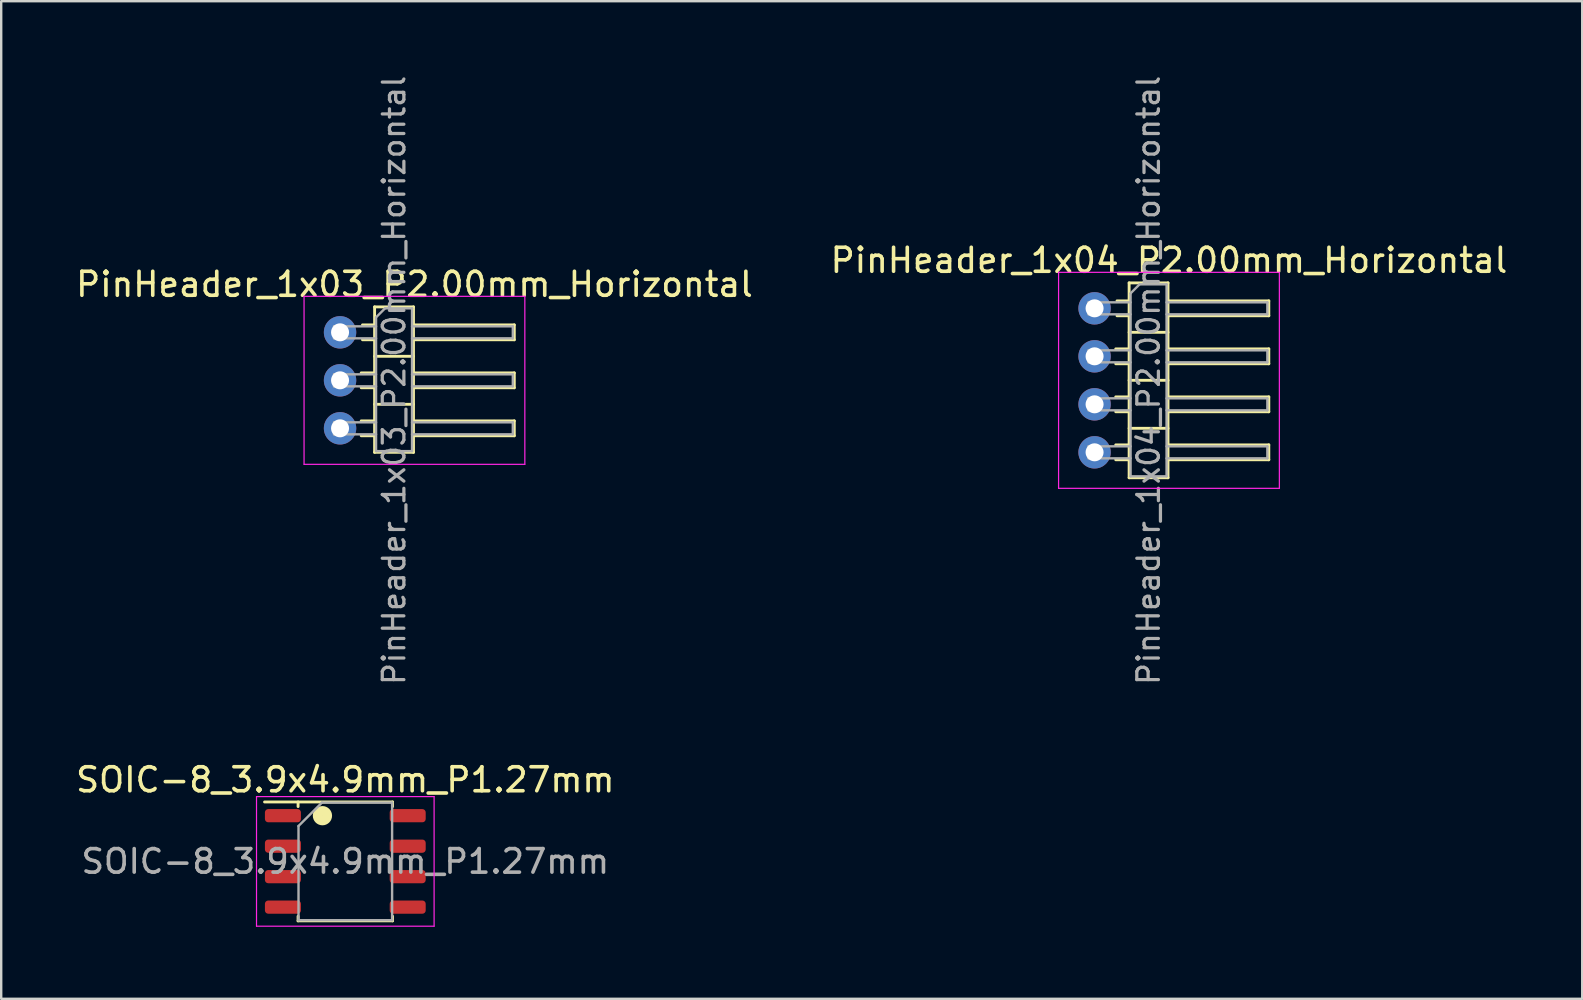
<source format=kicad_pcb>
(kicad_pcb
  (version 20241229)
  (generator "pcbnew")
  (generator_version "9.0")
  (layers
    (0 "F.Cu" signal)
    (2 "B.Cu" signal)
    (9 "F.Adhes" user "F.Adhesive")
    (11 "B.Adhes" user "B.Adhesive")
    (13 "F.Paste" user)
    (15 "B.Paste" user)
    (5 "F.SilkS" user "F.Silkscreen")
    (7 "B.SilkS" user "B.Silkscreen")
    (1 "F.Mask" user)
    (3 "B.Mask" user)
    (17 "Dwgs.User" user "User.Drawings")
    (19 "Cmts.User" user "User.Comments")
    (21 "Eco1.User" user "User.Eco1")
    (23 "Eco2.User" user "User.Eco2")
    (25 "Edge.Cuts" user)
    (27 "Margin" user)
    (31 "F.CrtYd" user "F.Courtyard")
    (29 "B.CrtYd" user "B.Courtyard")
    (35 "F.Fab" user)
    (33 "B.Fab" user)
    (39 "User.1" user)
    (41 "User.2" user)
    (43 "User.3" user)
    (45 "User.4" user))
  (footprint "PinHeader_1x04_P2.00mm_Horizontal"
    (layer "F.Cu")
    (at 42.561 9.798)
    (property "Reference" "PinHeader_1x04_P2.00mm_Horizontal" (at 3.1 -2 0) (layer "F.SilkS") (effects (font (size 1 1) (thickness 0.15))))
    (attr through_hole)
    (fp_line (start 0.882 1.69) (end 1.44 1.69) (stroke (width 0.12) (type solid)) (layer "F.SilkS"))
    (fp_line (start 0.882 2.31) (end 1.44 2.31) (stroke (width 0.12) (type solid)) (layer "F.SilkS"))
    (fp_line (start 0.882 3.69) (end 1.44 3.69) (stroke (width 0.12) (type solid)) (layer "F.SilkS"))
    (fp_line (start 0.882 4.31) (end 1.44 4.31) (stroke (width 0.12) (type solid)) (layer "F.SilkS"))
    (fp_line (start 0.882 5.69) (end 1.44 5.69) (stroke (width 0.12) (type solid)) (layer "F.SilkS"))
    (fp_line (start 0.882 6.31) (end 1.44 6.31) (stroke (width 0.12) (type solid)) (layer "F.SilkS"))
    (fp_line (start 0.935 -0.31) (end 1.44 -0.31) (stroke (width 0.12) (type solid)) (layer "F.SilkS"))
    (fp_line (start 0.935 0.31) (end 1.44 0.31) (stroke (width 0.12) (type solid)) (layer "F.SilkS"))
    (fp_line (start 1.44 -1.06) (end 1.44 7.06) (stroke (width 0.12) (type solid)) (layer "F.SilkS"))
    (fp_line (start 1.44 1) (end 3.06 1) (stroke (width 0.12) (type solid)) (layer "F.SilkS"))
    (fp_line (start 1.44 3) (end 3.06 3) (stroke (width 0.12) (type solid)) (layer "F.SilkS"))
    (fp_line (start 1.44 5) (end 3.06 5) (stroke (width 0.12) (type solid)) (layer "F.SilkS"))
    (fp_line (start 1.44 7.06) (end 3.06 7.06) (stroke (width 0.12) (type solid)) (layer "F.SilkS"))
    (fp_line (start 3.06 -1.06) (end 1.44 -1.06) (stroke (width 0.12) (type solid)) (layer "F.SilkS"))
    (fp_line (start 3.06 -0.31) (end 7.26 -0.31) (stroke (width 0.12) (type solid)) (layer "F.SilkS"))
    (fp_line (start 3.06 1.69) (end 7.26 1.69) (stroke (width 0.12) (type solid)) (layer "F.SilkS"))
    (fp_line (start 3.06 3.69) (end 7.26 3.69) (stroke (width 0.12) (type solid)) (layer "F.SilkS"))
    (fp_line (start 3.06 5.69) (end 7.26 5.69) (stroke (width 0.12) (type solid)) (layer "F.SilkS"))
    (fp_line (start 3.06 7.06) (end 3.06 -1.06) (stroke (width 0.12) (type solid)) (layer "F.SilkS"))
    (fp_line (start 7.26 -0.31) (end 7.26 0.31) (stroke (width 0.12) (type solid)) (layer "F.SilkS"))
    (fp_line (start 7.26 0.31) (end 3.06 0.31) (stroke (width 0.12) (type solid)) (layer "F.SilkS"))
    (fp_line (start 7.26 1.69) (end 7.26 2.31) (stroke (width 0.12) (type solid)) (layer "F.SilkS"))
    (fp_line (start 7.26 2.31) (end 3.06 2.31) (stroke (width 0.12) (type solid)) (layer "F.SilkS"))
    (fp_line (start 7.26 3.69) (end 7.26 4.31) (stroke (width 0.12) (type solid)) (layer "F.SilkS"))
    (fp_line (start 7.26 4.31) (end 3.06 4.31) (stroke (width 0.12) (type solid)) (layer "F.SilkS"))
    (fp_line (start 7.26 5.69) (end 7.26 6.31) (stroke (width 0.12) (type solid)) (layer "F.SilkS"))
    (fp_line (start 7.26 6.31) (end 3.06 6.31) (stroke (width 0.12) (type solid)) (layer "F.SilkS"))
    (fp_line (start -1.5 -1.5) (end -1.5 7.5) (stroke (width 0.05) (type solid)) (layer "F.CrtYd"))
    (fp_line (start -1.5 7.5) (end 7.7 7.5) (stroke (width 0.05) (type solid)) (layer "F.CrtYd"))
    (fp_line (start 7.7 -1.5) (end -1.5 -1.5) (stroke (width 0.05) (type solid)) (layer "F.CrtYd"))
    (fp_line (start 7.7 7.5) (end 7.7 -1.5) (stroke (width 0.05) (type solid)) (layer "F.CrtYd"))
    (fp_line (start -0.25 -0.25) (end -0.25 0.25) (stroke (width 0.1) (type solid)) (layer "F.Fab"))
    (fp_line (start -0.25 -0.25) (end 1.5 -0.25) (stroke (width 0.1) (type solid)) (layer "F.Fab"))
    (fp_line (start -0.25 0.25) (end 1.5 0.25) (stroke (width 0.1) (type solid)) (layer "F.Fab"))
    (fp_line (start -0.25 1.75) (end -0.25 2.25) (stroke (width 0.1) (type solid)) (layer "F.Fab"))
    (fp_line (start -0.25 1.75) (end 1.5 1.75) (stroke (width 0.1) (type solid)) (layer "F.Fab"))
    (fp_line (start -0.25 2.25) (end 1.5 2.25) (stroke (width 0.1) (type solid)) (layer "F.Fab"))
    (fp_line (start -0.25 3.75) (end -0.25 4.25) (stroke (width 0.1) (type solid)) (layer "F.Fab"))
    (fp_line (start -0.25 3.75) (end 1.5 3.75) (stroke (width 0.1) (type solid)) (layer "F.Fab"))
    (fp_line (start -0.25 4.25) (end 1.5 4.25) (stroke (width 0.1) (type solid)) (layer "F.Fab"))
    (fp_line (start -0.25 5.75) (end -0.25 6.25) (stroke (width 0.1) (type solid)) (layer "F.Fab"))
    (fp_line (start -0.25 5.75) (end 1.5 5.75) (stroke (width 0.1) (type solid)) (layer "F.Fab"))
    (fp_line (start -0.25 6.25) (end 1.5 6.25) (stroke (width 0.1) (type solid)) (layer "F.Fab"))
    (fp_line (start 1.5 -0.625) (end 1.875 -1) (stroke (width 0.1) (type solid)) (layer "F.Fab"))
    (fp_line (start 1.5 7) (end 1.5 -0.625) (stroke (width 0.1) (type solid)) (layer "F.Fab"))
    (fp_line (start 1.875 -1) (end 3 -1) (stroke (width 0.1) (type solid)) (layer "F.Fab"))
    (fp_line (start 3 -1) (end 3 7) (stroke (width 0.1) (type solid)) (layer "F.Fab"))
    (fp_line (start 3 -0.25) (end 7.2 -0.25) (stroke (width 0.1) (type solid)) (layer "F.Fab"))
    (fp_line (start 3 0.25) (end 7.2 0.25) (stroke (width 0.1) (type solid)) (layer "F.Fab"))
    (fp_line (start 3 1.75) (end 7.2 1.75) (stroke (width 0.1) (type solid)) (layer "F.Fab"))
    (fp_line (start 3 2.25) (end 7.2 2.25) (stroke (width 0.1) (type solid)) (layer "F.Fab"))
    (fp_line (start 3 3.75) (end 7.2 3.75) (stroke (width 0.1) (type solid)) (layer "F.Fab"))
    (fp_line (start 3 4.25) (end 7.2 4.25) (stroke (width 0.1) (type solid)) (layer "F.Fab"))
    (fp_line (start 3 5.75) (end 7.2 5.75) (stroke (width 0.1) (type solid)) (layer "F.Fab"))
    (fp_line (start 3 6.25) (end 7.2 6.25) (stroke (width 0.1) (type solid)) (layer "F.Fab"))
    (fp_line (start 3 7) (end 1.5 7) (stroke (width 0.1) (type solid)) (layer "F.Fab"))
    (fp_line (start 7.2 -0.25) (end 7.2 0.25) (stroke (width 0.1) (type solid)) (layer "F.Fab"))
    (fp_line (start 7.2 1.75) (end 7.2 2.25) (stroke (width 0.1) (type solid)) (layer "F.Fab"))
    (fp_line (start 7.2 3.75) (end 7.2 4.25) (stroke (width 0.1) (type solid)) (layer "F.Fab"))
    (fp_line (start 7.2 5.75) (end 7.2 6.25) (stroke (width 0.1) (type solid)) (layer "F.Fab"))
    (fp_text user "${REFERENCE}" (at 2.25 3 90) (layer "F.Fab") (effects (font (size 0.9 0.9) (thickness 0.135))))
    (pad "1" thru_hole circle (at 0 0) (size 1.35 1.35) (drill 0.75) (layers "*.Cu" "*.Mask"))
    (pad "2" thru_hole circle (at 0 2) (size 1.35 1.35) (drill 0.75) (layers "*.Cu" "*.Mask"))
    (pad "3" thru_hole circle (at 0 4) (size 1.35 1.35) (drill 0.75) (layers "*.Cu" "*.Mask"))
    (pad "4" thru_hole circle (at 0 6) (size 1.35 1.35) (drill 0.75) (layers "*.Cu" "*.Mask")))
  (footprint "PinHeader_1x03_P2.00mm_Horizontal"
    (layer "F.Cu")
    (at 11.12 10.798)
    (property "Reference" "PinHeader_1x03_P2.00mm_Horizontal" (at 3.1 -2 0) (layer "F.SilkS") (effects (font (size 1 1) (thickness 0.15))))
    (attr through_hole)
    (fp_line (start 0.882 1.69) (end 1.44 1.69) (stroke (width 0.12) (type solid)) (layer "F.SilkS"))
    (fp_line (start 0.882 2.31) (end 1.44 2.31) (stroke (width 0.12) (type solid)) (layer "F.SilkS"))
    (fp_line (start 0.882 3.69) (end 1.44 3.69) (stroke (width 0.12) (type solid)) (layer "F.SilkS"))
    (fp_line (start 0.882 4.31) (end 1.44 4.31) (stroke (width 0.12) (type solid)) (layer "F.SilkS"))
    (fp_line (start 0.935 -0.31) (end 1.44 -0.31) (stroke (width 0.12) (type solid)) (layer "F.SilkS"))
    (fp_line (start 0.935 0.31) (end 1.44 0.31) (stroke (width 0.12) (type solid)) (layer "F.SilkS"))
    (fp_line (start 1.44 -1.06) (end 1.44 5) (stroke (width 0.12) (type solid)) (layer "F.SilkS"))
    (fp_line (start 1.44 1) (end 3.06 1) (stroke (width 0.12) (type solid)) (layer "F.SilkS"))
    (fp_line (start 1.44 3) (end 3.06 3) (stroke (width 0.12) (type solid)) (layer "F.SilkS"))
    (fp_line (start 1.44 5) (end 3.06 5) (stroke (width 0.12) (type solid)) (layer "F.SilkS"))
    (fp_line (start 3.06 -1.06) (end 1.44 -1.06) (stroke (width 0.12) (type solid)) (layer "F.SilkS"))
    (fp_line (start 3.06 -0.31) (end 7.26 -0.31) (stroke (width 0.12) (type solid)) (layer "F.SilkS"))
    (fp_line (start 3.06 1.69) (end 7.26 1.69) (stroke (width 0.12) (type solid)) (layer "F.SilkS"))
    (fp_line (start 3.06 3.69) (end 7.26 3.69) (stroke (width 0.12) (type solid)) (layer "F.SilkS"))
    (fp_line (start 3.06 5) (end 3.06 -1.06) (stroke (width 0.12) (type solid)) (layer "F.SilkS"))
    (fp_line (start 7.26 -0.31) (end 7.26 0.31) (stroke (width 0.12) (type solid)) (layer "F.SilkS"))
    (fp_line (start 7.26 0.31) (end 3.06 0.31) (stroke (width 0.12) (type solid)) (layer "F.SilkS"))
    (fp_line (start 7.26 1.69) (end 7.26 2.31) (stroke (width 0.12) (type solid)) (layer "F.SilkS"))
    (fp_line (start 7.26 2.31) (end 3.06 2.31) (stroke (width 0.12) (type solid)) (layer "F.SilkS"))
    (fp_line (start 7.26 3.69) (end 7.26 4.31) (stroke (width 0.12) (type solid)) (layer "F.SilkS"))
    (fp_line (start 7.26 4.31) (end 3.06 4.31) (stroke (width 0.12) (type solid)) (layer "F.SilkS"))
    (fp_line (start -1.5 -1.5) (end -1.5 5.5) (stroke (width 0.05) (type solid)) (layer "F.CrtYd"))
    (fp_line (start -1.5 5.5) (end 7.7 5.5) (stroke (width 0.05) (type solid)) (layer "F.CrtYd"))
    (fp_line (start 7.7 -1.5) (end -1.5 -1.5) (stroke (width 0.05) (type solid)) (layer "F.CrtYd"))
    (fp_line (start 7.7 5.5) (end 7.7 -1.5) (stroke (width 0.05) (type solid)) (layer "F.CrtYd"))
    (fp_line (start -0.25 -0.25) (end -0.25 0.25) (stroke (width 0.1) (type solid)) (layer "F.Fab"))
    (fp_line (start -0.25 -0.25) (end 1.5 -0.25) (stroke (width 0.1) (type solid)) (layer "F.Fab"))
    (fp_line (start -0.25 0.25) (end 1.5 0.25) (stroke (width 0.1) (type solid)) (layer "F.Fab"))
    (fp_line (start -0.25 1.75) (end -0.25 2.25) (stroke (width 0.1) (type solid)) (layer "F.Fab"))
    (fp_line (start -0.25 1.75) (end 1.5 1.75) (stroke (width 0.1) (type solid)) (layer "F.Fab"))
    (fp_line (start -0.25 2.25) (end 1.5 2.25) (stroke (width 0.1) (type solid)) (layer "F.Fab"))
    (fp_line (start -0.25 3.75) (end -0.25 4.25) (stroke (width 0.1) (type solid)) (layer "F.Fab"))
    (fp_line (start -0.25 3.75) (end 1.5 3.75) (stroke (width 0.1) (type solid)) (layer "F.Fab"))
    (fp_line (start -0.25 4.25) (end 1.5 4.25) (stroke (width 0.1) (type solid)) (layer "F.Fab"))
    (fp_line (start 1.5 -0.625) (end 1.875 -1) (stroke (width 0.1) (type solid)) (layer "F.Fab"))
    (fp_line (start 1.5 4.95) (end 1.5 -0.625) (stroke (width 0.1) (type solid)) (layer "F.Fab"))
    (fp_line (start 1.875 -1) (end 3 -1) (stroke (width 0.1) (type solid)) (layer "F.Fab"))
    (fp_line (start 3 -1) (end 3 4.95) (stroke (width 0.1) (type solid)) (layer "F.Fab"))
    (fp_line (start 3 -0.25) (end 7.2 -0.25) (stroke (width 0.1) (type solid)) (layer "F.Fab"))
    (fp_line (start 3 0.25) (end 7.2 0.25) (stroke (width 0.1) (type solid)) (layer "F.Fab"))
    (fp_line (start 3 1.75) (end 7.2 1.75) (stroke (width 0.1) (type solid)) (layer "F.Fab"))
    (fp_line (start 3 2.25) (end 7.2 2.25) (stroke (width 0.1) (type solid)) (layer "F.Fab"))
    (fp_line (start 3 3.75) (end 7.2 3.75) (stroke (width 0.1) (type solid)) (layer "F.Fab"))
    (fp_line (start 3 4.25) (end 7.2 4.25) (stroke (width 0.1) (type solid)) (layer "F.Fab"))
    (fp_line (start 3 4.95) (end 1.5 4.95) (stroke (width 0.1) (type solid)) (layer "F.Fab"))
    (fp_line (start 7.2 -0.25) (end 7.2 0.25) (stroke (width 0.1) (type solid)) (layer "F.Fab"))
    (fp_line (start 7.2 1.75) (end 7.2 2.25) (stroke (width 0.1) (type solid)) (layer "F.Fab"))
    (fp_line (start 7.2 3.75) (end 7.2 4.25) (stroke (width 0.1) (type solid)) (layer "F.Fab"))
    (fp_text user "${REFERENCE}" (at 2.25 2 90) (layer "F.Fab") (effects (font (size 0.9 0.9) (thickness 0.135))))
    (pad "1" thru_hole circle (at 0 0) (size 1.35 1.35) (drill 0.75) (layers "*.Cu" "*.Mask"))
    (pad "2" thru_hole circle (at 0 2) (size 1.35 1.35) (drill 0.75) (layers "*.Cu" "*.Mask"))
    (pad "3" thru_hole circle (at 0 4) (size 1.35 1.35) (drill 0.75) (layers "*.Cu" "*.Mask")))
  (footprint "SOIC-8_3.9x4.9mm_P1.27mm"
    (layer "F.Cu")
    (at 11.339 32.845)
    (property "Reference" "SOIC-8_3.9x4.9mm_P1.27mm" (at 0 -3.4 0) (layer "F.SilkS") (effects (font (size 1 1) (thickness 0.15))))
    (attr smd)
    (fp_line (start -1.968 -2.286) (end -1.968 -2.477) (stroke (width 0.12) (type solid)) (layer "F.SilkS"))
    (fp_line (start -1.968 2.477) (end -1.968 2.286) (stroke (width 0.12) (type solid)) (layer "F.SilkS"))
    (fp_line (start 1.968 -2.477) (end -3.365 -2.477) (stroke (width 0.12) (type solid)) (layer "F.SilkS"))
    (fp_line (start 1.968 -2.286) (end 1.968 -2.477) (stroke (width 0.12) (type solid)) (layer "F.SilkS"))
    (fp_line (start 1.968 2.477) (end -1.968 2.477) (stroke (width 0.12) (type solid)) (layer "F.SilkS"))
    (fp_line (start 1.968 2.477) (end 1.968 2.286) (stroke (width 0.12) (type solid)) (layer "F.SilkS"))
    (fp_circle (center -0.953 -1.905) (end -0.752 -1.905) (stroke (width 0.4) (type solid)) (fill no) (layer "F.SilkS"))
    (fp_line (start -3.7 -2.7) (end -3.7 2.7) (stroke (width 0.05) (type solid)) (layer "F.CrtYd"))
    (fp_line (start -3.7 2.7) (end 3.7 2.7) (stroke (width 0.05) (type solid)) (layer "F.CrtYd"))
    (fp_line (start 3.7 -2.7) (end -3.7 -2.7) (stroke (width 0.05) (type solid)) (layer "F.CrtYd"))
    (fp_line (start 3.7 2.7) (end 3.7 -2.7) (stroke (width 0.05) (type solid)) (layer "F.CrtYd"))
    (fp_line (start -1.95 -1.475) (end -0.975 -2.45) (stroke (width 0.1) (type solid)) (layer "F.Fab"))
    (fp_line (start -1.95 2.45) (end -1.95 -1.475) (stroke (width 0.1) (type solid)) (layer "F.Fab"))
    (fp_line (start -0.975 -2.45) (end 1.95 -2.45) (stroke (width 0.1) (type solid)) (layer "F.Fab"))
    (fp_line (start 1.95 -2.45) (end 1.95 2.45) (stroke (width 0.1) (type solid)) (layer "F.Fab"))
    (fp_line (start 1.95 2.45) (end -1.95 2.45) (stroke (width 0.1) (type solid)) (layer "F.Fab"))
    (fp_text user "${REFERENCE}" (at 0 0 0) (layer "F.Fab") (effects (font (size 0.98 0.98) (thickness 0.15))))
    (pad "1" smd roundrect (at -2.6 -1.905) (size 1.5 0.55) (layers "F.Cu" "F.Mask" "F.Paste") (roundrect_rratio 0.25))
    (pad "2" smd roundrect (at -2.6 -0.635) (size 1.5 0.55) (layers "F.Cu" "F.Mask" "F.Paste") (roundrect_rratio 0.25))
    (pad "3" smd roundrect (at -2.6 0.635) (size 1.5 0.55) (layers "F.Cu" "F.Mask" "F.Paste") (roundrect_rratio 0.25))
    (pad "4" smd roundrect (at -2.6 1.905) (size 1.5 0.55) (layers "F.Cu" "F.Mask" "F.Paste") (roundrect_rratio 0.25))
    (pad "5" smd roundrect (at 2.6 1.905) (size 1.5 0.55) (layers "F.Cu" "F.Mask" "F.Paste") (roundrect_rratio 0.25))
    (pad "6" smd roundrect (at 2.6 0.635) (size 1.5 0.55) (layers "F.Cu" "F.Mask" "F.Paste") (roundrect_rratio 0.25))
    (pad "7" smd roundrect (at 2.6 -0.635) (size 1.5 0.55) (layers "F.Cu" "F.Mask" "F.Paste") (roundrect_rratio 0.25))
    (pad "8" smd roundrect (at 2.6 -1.905) (size 1.5 0.55) (layers "F.Cu" "F.Mask" "F.Paste") (roundrect_rratio 0.25)))
  (gr_rect
    (start -3 -3)
    (end 62.881 38.57)
    (stroke (width 0.1) (type default))
    (fill no)
    (layer "Edge.Cuts")))
</source>
